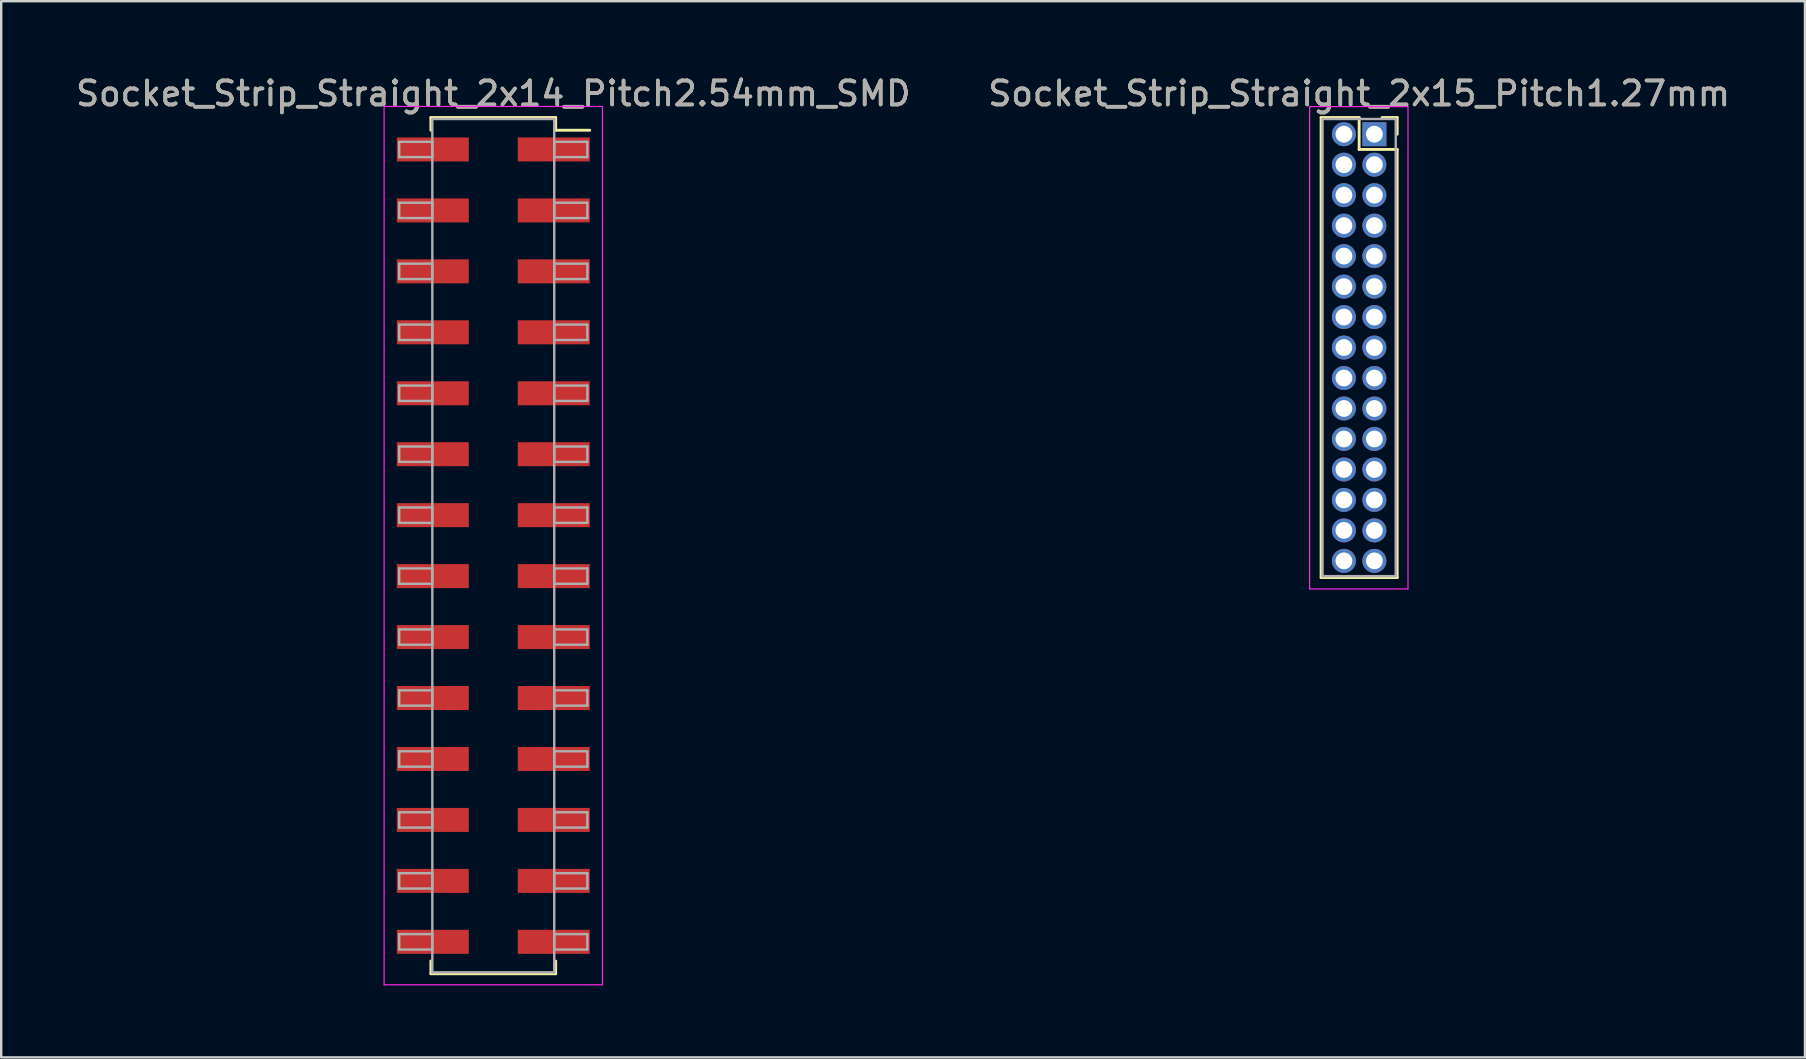
<source format=kicad_pcb>
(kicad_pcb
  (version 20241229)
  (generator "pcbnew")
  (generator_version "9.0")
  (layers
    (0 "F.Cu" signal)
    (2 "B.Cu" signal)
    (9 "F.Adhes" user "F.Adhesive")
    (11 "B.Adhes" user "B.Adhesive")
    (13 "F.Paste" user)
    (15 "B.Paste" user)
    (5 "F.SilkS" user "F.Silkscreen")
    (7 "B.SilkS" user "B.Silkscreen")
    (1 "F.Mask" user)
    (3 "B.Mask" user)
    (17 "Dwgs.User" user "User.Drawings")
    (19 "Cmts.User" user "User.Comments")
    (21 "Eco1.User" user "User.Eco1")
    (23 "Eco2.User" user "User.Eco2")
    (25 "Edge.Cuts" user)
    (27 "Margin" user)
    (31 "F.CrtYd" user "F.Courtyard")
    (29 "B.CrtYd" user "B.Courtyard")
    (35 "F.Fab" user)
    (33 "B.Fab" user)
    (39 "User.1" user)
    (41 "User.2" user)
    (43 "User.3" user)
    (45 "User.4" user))
  (footprint "Socket_Strip_Straight_2x14_Pitch2.54mm_SMD"
    (layer "F.Cu")
    (at 17.506 19.688)
    (property "Reference" "Socket_Strip_Straight_2x14_Pitch2.54mm_SMD" (at 0 -18.84 0) (layer "F.SilkS") (effects (font (size 1 1) (thickness 0.15))))
    (attr smd)
    (fp_line (start -2.6 -17.84) (end 2.6 -17.84) (stroke (width 0.12) (type solid)) (layer "F.SilkS"))
    (fp_line (start -2.6 -17.31) (end -2.6 -17.84) (stroke (width 0.12) (type solid)) (layer "F.SilkS"))
    (fp_line (start -2.6 17.31) (end -2.6 17.84) (stroke (width 0.12) (type solid)) (layer "F.SilkS"))
    (fp_line (start -2.6 17.84) (end 2.6 17.84) (stroke (width 0.12) (type solid)) (layer "F.SilkS"))
    (fp_line (start 2.6 -17.84) (end 2.6 -17.31) (stroke (width 0.12) (type solid)) (layer "F.SilkS"))
    (fp_line (start 2.6 17.84) (end 2.6 17.31) (stroke (width 0.12) (type solid)) (layer "F.SilkS"))
    (fp_line (start 4.02 -17.31) (end 2.6 -17.31) (stroke (width 0.12) (type solid)) (layer "F.SilkS"))
    (fp_line (start -4.55 -18.3) (end -4.55 18.3) (stroke (width 0.05) (type solid)) (layer "F.CrtYd"))
    (fp_line (start -4.55 18.3) (end 4.55 18.3) (stroke (width 0.05) (type solid)) (layer "F.CrtYd"))
    (fp_line (start 4.55 -18.3) (end -4.55 -18.3) (stroke (width 0.05) (type solid)) (layer "F.CrtYd"))
    (fp_line (start 4.55 18.3) (end 4.55 -18.3) (stroke (width 0.05) (type solid)) (layer "F.CrtYd"))
    (fp_line (start -3.92 -16.83) (end -2.54 -16.83) (stroke (width 0.1) (type solid)) (layer "F.Fab"))
    (fp_line (start -3.92 -16.19) (end -3.92 -16.83) (stroke (width 0.1) (type solid)) (layer "F.Fab"))
    (fp_line (start -3.92 -14.29) (end -2.54 -14.29) (stroke (width 0.1) (type solid)) (layer "F.Fab"))
    (fp_line (start -3.92 -13.65) (end -3.92 -14.29) (stroke (width 0.1) (type solid)) (layer "F.Fab"))
    (fp_line (start -3.92 -11.75) (end -2.54 -11.75) (stroke (width 0.1) (type solid)) (layer "F.Fab"))
    (fp_line (start -3.92 -11.11) (end -3.92 -11.75) (stroke (width 0.1) (type solid)) (layer "F.Fab"))
    (fp_line (start -3.92 -9.21) (end -2.54 -9.21) (stroke (width 0.1) (type solid)) (layer "F.Fab"))
    (fp_line (start -3.92 -8.57) (end -3.92 -9.21) (stroke (width 0.1) (type solid)) (layer "F.Fab"))
    (fp_line (start -3.92 -6.67) (end -2.54 -6.67) (stroke (width 0.1) (type solid)) (layer "F.Fab"))
    (fp_line (start -3.92 -6.03) (end -3.92 -6.67) (stroke (width 0.1) (type solid)) (layer "F.Fab"))
    (fp_line (start -3.92 -4.13) (end -2.54 -4.13) (stroke (width 0.1) (type solid)) (layer "F.Fab"))
    (fp_line (start -3.92 -3.49) (end -3.92 -4.13) (stroke (width 0.1) (type solid)) (layer "F.Fab"))
    (fp_line (start -3.92 -1.59) (end -2.54 -1.59) (stroke (width 0.1) (type solid)) (layer "F.Fab"))
    (fp_line (start -3.92 -0.95) (end -3.92 -1.59) (stroke (width 0.1) (type solid)) (layer "F.Fab"))
    (fp_line (start -3.92 0.95) (end -2.54 0.95) (stroke (width 0.1) (type solid)) (layer "F.Fab"))
    (fp_line (start -3.92 1.59) (end -3.92 0.95) (stroke (width 0.1) (type solid)) (layer "F.Fab"))
    (fp_line (start -3.92 3.49) (end -2.54 3.49) (stroke (width 0.1) (type solid)) (layer "F.Fab"))
    (fp_line (start -3.92 4.13) (end -3.92 3.49) (stroke (width 0.1) (type solid)) (layer "F.Fab"))
    (fp_line (start -3.92 6.03) (end -2.54 6.03) (stroke (width 0.1) (type solid)) (layer "F.Fab"))
    (fp_line (start -3.92 6.67) (end -3.92 6.03) (stroke (width 0.1) (type solid)) (layer "F.Fab"))
    (fp_line (start -3.92 8.57) (end -2.54 8.57) (stroke (width 0.1) (type solid)) (layer "F.Fab"))
    (fp_line (start -3.92 9.21) (end -3.92 8.57) (stroke (width 0.1) (type solid)) (layer "F.Fab"))
    (fp_line (start -3.92 11.11) (end -2.54 11.11) (stroke (width 0.1) (type solid)) (layer "F.Fab"))
    (fp_line (start -3.92 11.75) (end -3.92 11.11) (stroke (width 0.1) (type solid)) (layer "F.Fab"))
    (fp_line (start -3.92 13.65) (end -2.54 13.65) (stroke (width 0.1) (type solid)) (layer "F.Fab"))
    (fp_line (start -3.92 14.29) (end -3.92 13.65) (stroke (width 0.1) (type solid)) (layer "F.Fab"))
    (fp_line (start -3.92 16.19) (end -2.54 16.19) (stroke (width 0.1) (type solid)) (layer "F.Fab"))
    (fp_line (start -3.92 16.83) (end -3.92 16.19) (stroke (width 0.1) (type solid)) (layer "F.Fab"))
    (fp_line (start -2.54 -17.78) (end -2.54 17.78) (stroke (width 0.1) (type solid)) (layer "F.Fab"))
    (fp_line (start -2.54 -16.83) (end -2.54 -16.19) (stroke (width 0.1) (type solid)) (layer "F.Fab"))
    (fp_line (start -2.54 -16.19) (end -3.92 -16.19) (stroke (width 0.1) (type solid)) (layer "F.Fab"))
    (fp_line (start -2.54 -14.29) (end -2.54 -13.65) (stroke (width 0.1) (type solid)) (layer "F.Fab"))
    (fp_line (start -2.54 -13.65) (end -3.92 -13.65) (stroke (width 0.1) (type solid)) (layer "F.Fab"))
    (fp_line (start -2.54 -11.75) (end -2.54 -11.11) (stroke (width 0.1) (type solid)) (layer "F.Fab"))
    (fp_line (start -2.54 -11.11) (end -3.92 -11.11) (stroke (width 0.1) (type solid)) (layer "F.Fab"))
    (fp_line (start -2.54 -9.21) (end -2.54 -8.57) (stroke (width 0.1) (type solid)) (layer "F.Fab"))
    (fp_line (start -2.54 -8.57) (end -3.92 -8.57) (stroke (width 0.1) (type solid)) (layer "F.Fab"))
    (fp_line (start -2.54 -6.67) (end -2.54 -6.03) (stroke (width 0.1) (type solid)) (layer "F.Fab"))
    (fp_line (start -2.54 -6.03) (end -3.92 -6.03) (stroke (width 0.1) (type solid)) (layer "F.Fab"))
    (fp_line (start -2.54 -4.13) (end -2.54 -3.49) (stroke (width 0.1) (type solid)) (layer "F.Fab"))
    (fp_line (start -2.54 -3.49) (end -3.92 -3.49) (stroke (width 0.1) (type solid)) (layer "F.Fab"))
    (fp_line (start -2.54 -1.59) (end -2.54 -0.95) (stroke (width 0.1) (type solid)) (layer "F.Fab"))
    (fp_line (start -2.54 -0.95) (end -3.92 -0.95) (stroke (width 0.1) (type solid)) (layer "F.Fab"))
    (fp_line (start -2.54 0.95) (end -2.54 1.59) (stroke (width 0.1) (type solid)) (layer "F.Fab"))
    (fp_line (start -2.54 1.59) (end -3.92 1.59) (stroke (width 0.1) (type solid)) (layer "F.Fab"))
    (fp_line (start -2.54 3.49) (end -2.54 4.13) (stroke (width 0.1) (type solid)) (layer "F.Fab"))
    (fp_line (start -2.54 4.13) (end -3.92 4.13) (stroke (width 0.1) (type solid)) (layer "F.Fab"))
    (fp_line (start -2.54 6.03) (end -2.54 6.67) (stroke (width 0.1) (type solid)) (layer "F.Fab"))
    (fp_line (start -2.54 6.67) (end -3.92 6.67) (stroke (width 0.1) (type solid)) (layer "F.Fab"))
    (fp_line (start -2.54 8.57) (end -2.54 9.21) (stroke (width 0.1) (type solid)) (layer "F.Fab"))
    (fp_line (start -2.54 9.21) (end -3.92 9.21) (stroke (width 0.1) (type solid)) (layer "F.Fab"))
    (fp_line (start -2.54 11.11) (end -2.54 11.75) (stroke (width 0.1) (type solid)) (layer "F.Fab"))
    (fp_line (start -2.54 11.75) (end -3.92 11.75) (stroke (width 0.1) (type solid)) (layer "F.Fab"))
    (fp_line (start -2.54 13.65) (end -2.54 14.29) (stroke (width 0.1) (type solid)) (layer "F.Fab"))
    (fp_line (start -2.54 14.29) (end -3.92 14.29) (stroke (width 0.1) (type solid)) (layer "F.Fab"))
    (fp_line (start -2.54 16.19) (end -2.54 16.83) (stroke (width 0.1) (type solid)) (layer "F.Fab"))
    (fp_line (start -2.54 16.83) (end -3.92 16.83) (stroke (width 0.1) (type solid)) (layer "F.Fab"))
    (fp_line (start -2.54 17.78) (end 2.54 17.78) (stroke (width 0.1) (type solid)) (layer "F.Fab"))
    (fp_line (start 2.54 -17.78) (end -2.54 -17.78) (stroke (width 0.1) (type solid)) (layer "F.Fab"))
    (fp_line (start 2.54 -16.83) (end 2.54 -16.19) (stroke (width 0.1) (type solid)) (layer "F.Fab"))
    (fp_line (start 2.54 -16.19) (end 3.92 -16.19) (stroke (width 0.1) (type solid)) (layer "F.Fab"))
    (fp_line (start 2.54 -14.29) (end 2.54 -13.65) (stroke (width 0.1) (type solid)) (layer "F.Fab"))
    (fp_line (start 2.54 -13.65) (end 3.92 -13.65) (stroke (width 0.1) (type solid)) (layer "F.Fab"))
    (fp_line (start 2.54 -11.75) (end 2.54 -11.11) (stroke (width 0.1) (type solid)) (layer "F.Fab"))
    (fp_line (start 2.54 -11.11) (end 3.92 -11.11) (stroke (width 0.1) (type solid)) (layer "F.Fab"))
    (fp_line (start 2.54 -9.21) (end 2.54 -8.57) (stroke (width 0.1) (type solid)) (layer "F.Fab"))
    (fp_line (start 2.54 -8.57) (end 3.92 -8.57) (stroke (width 0.1) (type solid)) (layer "F.Fab"))
    (fp_line (start 2.54 -6.67) (end 2.54 -6.03) (stroke (width 0.1) (type solid)) (layer "F.Fab"))
    (fp_line (start 2.54 -6.03) (end 3.92 -6.03) (stroke (width 0.1) (type solid)) (layer "F.Fab"))
    (fp_line (start 2.54 -4.13) (end 2.54 -3.49) (stroke (width 0.1) (type solid)) (layer "F.Fab"))
    (fp_line (start 2.54 -3.49) (end 3.92 -3.49) (stroke (width 0.1) (type solid)) (layer "F.Fab"))
    (fp_line (start 2.54 -1.59) (end 2.54 -0.95) (stroke (width 0.1) (type solid)) (layer "F.Fab"))
    (fp_line (start 2.54 -0.95) (end 3.92 -0.95) (stroke (width 0.1) (type solid)) (layer "F.Fab"))
    (fp_line (start 2.54 0.95) (end 2.54 1.59) (stroke (width 0.1) (type solid)) (layer "F.Fab"))
    (fp_line (start 2.54 1.59) (end 3.92 1.59) (stroke (width 0.1) (type solid)) (layer "F.Fab"))
    (fp_line (start 2.54 3.49) (end 2.54 4.13) (stroke (width 0.1) (type solid)) (layer "F.Fab"))
    (fp_line (start 2.54 4.13) (end 3.92 4.13) (stroke (width 0.1) (type solid)) (layer "F.Fab"))
    (fp_line (start 2.54 6.03) (end 2.54 6.67) (stroke (width 0.1) (type solid)) (layer "F.Fab"))
    (fp_line (start 2.54 6.67) (end 3.92 6.67) (stroke (width 0.1) (type solid)) (layer "F.Fab"))
    (fp_line (start 2.54 8.57) (end 2.54 9.21) (stroke (width 0.1) (type solid)) (layer "F.Fab"))
    (fp_line (start 2.54 9.21) (end 3.92 9.21) (stroke (width 0.1) (type solid)) (layer "F.Fab"))
    (fp_line (start 2.54 11.11) (end 2.54 11.75) (stroke (width 0.1) (type solid)) (layer "F.Fab"))
    (fp_line (start 2.54 11.75) (end 3.92 11.75) (stroke (width 0.1) (type solid)) (layer "F.Fab"))
    (fp_line (start 2.54 13.65) (end 2.54 14.29) (stroke (width 0.1) (type solid)) (layer "F.Fab"))
    (fp_line (start 2.54 14.29) (end 3.92 14.29) (stroke (width 0.1) (type solid)) (layer "F.Fab"))
    (fp_line (start 2.54 16.19) (end 2.54 16.83) (stroke (width 0.1) (type solid)) (layer "F.Fab"))
    (fp_line (start 2.54 16.83) (end 3.92 16.83) (stroke (width 0.1) (type solid)) (layer "F.Fab"))
    (fp_line (start 2.54 17.78) (end 2.54 -17.78) (stroke (width 0.1) (type solid)) (layer "F.Fab"))
    (fp_line (start 3.92 -16.83) (end 2.54 -16.83) (stroke (width 0.1) (type solid)) (layer "F.Fab"))
    (fp_line (start 3.92 -16.19) (end 3.92 -16.83) (stroke (width 0.1) (type solid)) (layer "F.Fab"))
    (fp_line (start 3.92 -14.29) (end 2.54 -14.29) (stroke (width 0.1) (type solid)) (layer "F.Fab"))
    (fp_line (start 3.92 -13.65) (end 3.92 -14.29) (stroke (width 0.1) (type solid)) (layer "F.Fab"))
    (fp_line (start 3.92 -11.75) (end 2.54 -11.75) (stroke (width 0.1) (type solid)) (layer "F.Fab"))
    (fp_line (start 3.92 -11.11) (end 3.92 -11.75) (stroke (width 0.1) (type solid)) (layer "F.Fab"))
    (fp_line (start 3.92 -9.21) (end 2.54 -9.21) (stroke (width 0.1) (type solid)) (layer "F.Fab"))
    (fp_line (start 3.92 -8.57) (end 3.92 -9.21) (stroke (width 0.1) (type solid)) (layer "F.Fab"))
    (fp_line (start 3.92 -6.67) (end 2.54 -6.67) (stroke (width 0.1) (type solid)) (layer "F.Fab"))
    (fp_line (start 3.92 -6.03) (end 3.92 -6.67) (stroke (width 0.1) (type solid)) (layer "F.Fab"))
    (fp_line (start 3.92 -4.13) (end 2.54 -4.13) (stroke (width 0.1) (type solid)) (layer "F.Fab"))
    (fp_line (start 3.92 -3.49) (end 3.92 -4.13) (stroke (width 0.1) (type solid)) (layer "F.Fab"))
    (fp_line (start 3.92 -1.59) (end 2.54 -1.59) (stroke (width 0.1) (type solid)) (layer "F.Fab"))
    (fp_line (start 3.92 -0.95) (end 3.92 -1.59) (stroke (width 0.1) (type solid)) (layer "F.Fab"))
    (fp_line (start 3.92 0.95) (end 2.54 0.95) (stroke (width 0.1) (type solid)) (layer "F.Fab"))
    (fp_line (start 3.92 1.59) (end 3.92 0.95) (stroke (width 0.1) (type solid)) (layer "F.Fab"))
    (fp_line (start 3.92 3.49) (end 2.54 3.49) (stroke (width 0.1) (type solid)) (layer "F.Fab"))
    (fp_line (start 3.92 4.13) (end 3.92 3.49) (stroke (width 0.1) (type solid)) (layer "F.Fab"))
    (fp_line (start 3.92 6.03) (end 2.54 6.03) (stroke (width 0.1) (type solid)) (layer "F.Fab"))
    (fp_line (start 3.92 6.67) (end 3.92 6.03) (stroke (width 0.1) (type solid)) (layer "F.Fab"))
    (fp_line (start 3.92 8.57) (end 2.54 8.57) (stroke (width 0.1) (type solid)) (layer "F.Fab"))
    (fp_line (start 3.92 9.21) (end 3.92 8.57) (stroke (width 0.1) (type solid)) (layer "F.Fab"))
    (fp_line (start 3.92 11.11) (end 2.54 11.11) (stroke (width 0.1) (type solid)) (layer "F.Fab"))
    (fp_line (start 3.92 11.75) (end 3.92 11.11) (stroke (width 0.1) (type solid)) (layer "F.Fab"))
    (fp_line (start 3.92 13.65) (end 2.54 13.65) (stroke (width 0.1) (type solid)) (layer "F.Fab"))
    (fp_line (start 3.92 14.29) (end 3.92 13.65) (stroke (width 0.1) (type solid)) (layer "F.Fab"))
    (fp_line (start 3.92 16.19) (end 2.54 16.19) (stroke (width 0.1) (type solid)) (layer "F.Fab"))
    (fp_line (start 3.92 16.83) (end 3.92 16.19) (stroke (width 0.1) (type solid)) (layer "F.Fab"))
    (fp_text user "${REFERENCE}" (at 0 -18.84 0) (layer "F.Fab") (effects (font (size 1 1) (thickness 0.15))))
    (pad "1" smd rect (at 2.52 -16.51) (size 3 1) (layers "F.Cu" "F.Mask" "F.Paste"))
    (pad "2" smd rect (at -2.52 -16.51) (size 3 1) (layers "F.Cu" "F.Mask" "F.Paste"))
    (pad "3" smd rect (at 2.52 -13.97) (size 3 1) (layers "F.Cu" "F.Mask" "F.Paste"))
    (pad "4" smd rect (at -2.52 -13.97) (size 3 1) (layers "F.Cu" "F.Mask" "F.Paste"))
    (pad "5" smd rect (at 2.52 -11.43) (size 3 1) (layers "F.Cu" "F.Mask" "F.Paste"))
    (pad "6" smd rect (at -2.52 -11.43) (size 3 1) (layers "F.Cu" "F.Mask" "F.Paste"))
    (pad "7" smd rect (at 2.52 -8.89) (size 3 1) (layers "F.Cu" "F.Mask" "F.Paste"))
    (pad "8" smd rect (at -2.52 -8.89) (size 3 1) (layers "F.Cu" "F.Mask" "F.Paste"))
    (pad "9" smd rect (at 2.52 -6.35) (size 3 1) (layers "F.Cu" "F.Mask" "F.Paste"))
    (pad "10" smd rect (at -2.52 -6.35) (size 3 1) (layers "F.Cu" "F.Mask" "F.Paste"))
    (pad "11" smd rect (at 2.52 -3.81) (size 3 1) (layers "F.Cu" "F.Mask" "F.Paste"))
    (pad "12" smd rect (at -2.52 -3.81) (size 3 1) (layers "F.Cu" "F.Mask" "F.Paste"))
    (pad "13" smd rect (at 2.52 -1.27) (size 3 1) (layers "F.Cu" "F.Mask" "F.Paste"))
    (pad "14" smd rect (at -2.52 -1.27) (size 3 1) (layers "F.Cu" "F.Mask" "F.Paste"))
    (pad "15" smd rect (at 2.52 1.27) (size 3 1) (layers "F.Cu" "F.Mask" "F.Paste"))
    (pad "16" smd rect (at -2.52 1.27) (size 3 1) (layers "F.Cu" "F.Mask" "F.Paste"))
    (pad "17" smd rect (at 2.52 3.81) (size 3 1) (layers "F.Cu" "F.Mask" "F.Paste"))
    (pad "18" smd rect (at -2.52 3.81) (size 3 1) (layers "F.Cu" "F.Mask" "F.Paste"))
    (pad "19" smd rect (at 2.52 6.35) (size 3 1) (layers "F.Cu" "F.Mask" "F.Paste"))
    (pad "20" smd rect (at -2.52 6.35) (size 3 1) (layers "F.Cu" "F.Mask" "F.Paste"))
    (pad "21" smd rect (at 2.52 8.89) (size 3 1) (layers "F.Cu" "F.Mask" "F.Paste"))
    (pad "22" smd rect (at -2.52 8.89) (size 3 1) (layers "F.Cu" "F.Mask" "F.Paste"))
    (pad "23" smd rect (at 2.52 11.43) (size 3 1) (layers "F.Cu" "F.Mask" "F.Paste"))
    (pad "24" smd rect (at -2.52 11.43) (size 3 1) (layers "F.Cu" "F.Mask" "F.Paste"))
    (pad "25" smd rect (at 2.52 13.97) (size 3 1) (layers "F.Cu" "F.Mask" "F.Paste"))
    (pad "26" smd rect (at -2.52 13.97) (size 3 1) (layers "F.Cu" "F.Mask" "F.Paste"))
    (pad "27" smd rect (at 2.52 16.51) (size 3 1) (layers "F.Cu" "F.Mask" "F.Paste"))
    (pad "28" smd rect (at -2.52 16.51) (size 3 1) (layers "F.Cu" "F.Mask" "F.Paste")))
  (footprint "Socket_Strip_Straight_2x15_Pitch1.27mm"
    (layer "F.Cu")
    (at 54.224 2.543)
    (property "Reference" "Socket_Strip_Straight_2x15_Pitch1.27mm" (at -0.635 -1.695 0) (layer "F.SilkS") (effects (font (size 1 1) (thickness 0.15))))
    (attr through_hole)
    (fp_line (start -2.22 -0.695) (end -0.635 -0.695) (stroke (width 0.12) (type solid)) (layer "F.SilkS"))
    (fp_line (start -2.22 18.475) (end -2.22 -0.695) (stroke (width 0.12) (type solid)) (layer "F.SilkS"))
    (fp_line (start -0.635 -0.695) (end -0.635 0.635) (stroke (width 0.12) (type solid)) (layer "F.SilkS"))
    (fp_line (start -0.635 0.635) (end 0.95 0.635) (stroke (width 0.12) (type solid)) (layer "F.SilkS"))
    (fp_line (start 0.95 -0.695) (end 0.315 -0.695) (stroke (width 0.12) (type solid)) (layer "F.SilkS"))
    (fp_line (start 0.95 0) (end 0.95 -0.695) (stroke (width 0.12) (type solid)) (layer "F.SilkS"))
    (fp_line (start 0.95 0.635) (end 0.95 18.475) (stroke (width 0.12) (type solid)) (layer "F.SilkS"))
    (fp_line (start 0.95 18.475) (end -2.22 18.475) (stroke (width 0.12) (type solid)) (layer "F.SilkS"))
    (fp_line (start -2.7 -1.15) (end -2.7 18.95) (stroke (width 0.05) (type solid)) (layer "F.CrtYd"))
    (fp_line (start -2.7 18.95) (end 1.4 18.95) (stroke (width 0.05) (type solid)) (layer "F.CrtYd"))
    (fp_line (start 1.4 -1.15) (end -2.7 -1.15) (stroke (width 0.05) (type solid)) (layer "F.CrtYd"))
    (fp_line (start 1.4 18.95) (end 1.4 -1.15) (stroke (width 0.05) (type solid)) (layer "F.CrtYd"))
    (fp_line (start -2.16 -0.635) (end -2.16 18.415) (stroke (width 0.1) (type solid)) (layer "F.Fab"))
    (fp_line (start -2.16 18.415) (end 0.89 18.415) (stroke (width 0.1) (type solid)) (layer "F.Fab"))
    (fp_line (start 0.89 -0.635) (end -2.16 -0.635) (stroke (width 0.1) (type solid)) (layer "F.Fab"))
    (fp_line (start 0.89 18.415) (end 0.89 -0.635) (stroke (width 0.1) (type solid)) (layer "F.Fab"))
    (fp_text user "${REFERENCE}" (at -0.635 -1.695 0) (layer "F.Fab") (effects (font (size 1 1) (thickness 0.15))))
    (pad "1" thru_hole rect (at 0 0) (size 1 1) (drill 0.7) (layers "*.Cu" "*.Mask"))
    (pad "2" thru_hole oval (at -1.27 0) (size 1 1) (drill 0.7) (layers "*.Cu" "*.Mask"))
    (pad "3" thru_hole oval (at 0 1.27) (size 1 1) (drill 0.7) (layers "*.Cu" "*.Mask"))
    (pad "4" thru_hole oval (at -1.27 1.27) (size 1 1) (drill 0.7) (layers "*.Cu" "*.Mask"))
    (pad "5" thru_hole oval (at 0 2.54) (size 1 1) (drill 0.7) (layers "*.Cu" "*.Mask"))
    (pad "6" thru_hole oval (at -1.27 2.54) (size 1 1) (drill 0.7) (layers "*.Cu" "*.Mask"))
    (pad "7" thru_hole oval (at 0 3.81) (size 1 1) (drill 0.7) (layers "*.Cu" "*.Mask"))
    (pad "8" thru_hole oval (at -1.27 3.81) (size 1 1) (drill 0.7) (layers "*.Cu" "*.Mask"))
    (pad "9" thru_hole oval (at 0 5.08) (size 1 1) (drill 0.7) (layers "*.Cu" "*.Mask"))
    (pad "10" thru_hole oval (at -1.27 5.08) (size 1 1) (drill 0.7) (layers "*.Cu" "*.Mask"))
    (pad "11" thru_hole oval (at 0 6.35) (size 1 1) (drill 0.7) (layers "*.Cu" "*.Mask"))
    (pad "12" thru_hole oval (at -1.27 6.35) (size 1 1) (drill 0.7) (layers "*.Cu" "*.Mask"))
    (pad "13" thru_hole oval (at 0 7.62) (size 1 1) (drill 0.7) (layers "*.Cu" "*.Mask"))
    (pad "14" thru_hole oval (at -1.27 7.62) (size 1 1) (drill 0.7) (layers "*.Cu" "*.Mask"))
    (pad "15" thru_hole oval (at 0 8.89) (size 1 1) (drill 0.7) (layers "*.Cu" "*.Mask"))
    (pad "16" thru_hole oval (at -1.27 8.89) (size 1 1) (drill 0.7) (layers "*.Cu" "*.Mask"))
    (pad "17" thru_hole oval (at 0 10.16) (size 1 1) (drill 0.7) (layers "*.Cu" "*.Mask"))
    (pad "18" thru_hole oval (at -1.27 10.16) (size 1 1) (drill 0.7) (layers "*.Cu" "*.Mask"))
    (pad "19" thru_hole oval (at 0 11.43) (size 1 1) (drill 0.7) (layers "*.Cu" "*.Mask"))
    (pad "20" thru_hole oval (at -1.27 11.43) (size 1 1) (drill 0.7) (layers "*.Cu" "*.Mask"))
    (pad "21" thru_hole oval (at 0 12.7) (size 1 1) (drill 0.7) (layers "*.Cu" "*.Mask"))
    (pad "22" thru_hole oval (at -1.27 12.7) (size 1 1) (drill 0.7) (layers "*.Cu" "*.Mask"))
    (pad "23" thru_hole oval (at 0 13.97) (size 1 1) (drill 0.7) (layers "*.Cu" "*.Mask"))
    (pad "24" thru_hole oval (at -1.27 13.97) (size 1 1) (drill 0.7) (layers "*.Cu" "*.Mask"))
    (pad "25" thru_hole oval (at 0 15.24) (size 1 1) (drill 0.7) (layers "*.Cu" "*.Mask"))
    (pad "26" thru_hole oval (at -1.27 15.24) (size 1 1) (drill 0.7) (layers "*.Cu" "*.Mask"))
    (pad "27" thru_hole oval (at 0 16.51) (size 1 1) (drill 0.7) (layers "*.Cu" "*.Mask"))
    (pad "28" thru_hole oval (at -1.27 16.51) (size 1 1) (drill 0.7) (layers "*.Cu" "*.Mask"))
    (pad "29" thru_hole oval (at 0 17.78) (size 1 1) (drill 0.7) (layers "*.Cu" "*.Mask"))
    (pad "30" thru_hole oval (at -1.27 17.78) (size 1 1) (drill 0.7) (layers "*.Cu" "*.Mask")))
  (gr_rect
    (start -3 -3)
    (end 72.167 41.013)
    (stroke (width 0.1) (type default))
    (fill no)
    (layer "Edge.Cuts")))
</source>
